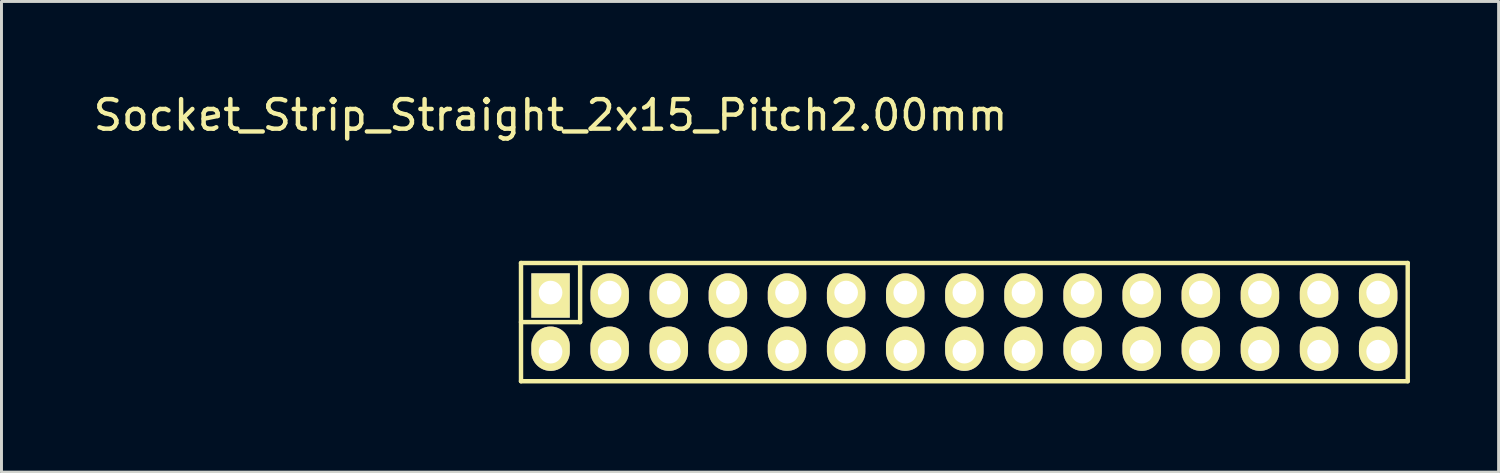
<source format=kicad_pcb>
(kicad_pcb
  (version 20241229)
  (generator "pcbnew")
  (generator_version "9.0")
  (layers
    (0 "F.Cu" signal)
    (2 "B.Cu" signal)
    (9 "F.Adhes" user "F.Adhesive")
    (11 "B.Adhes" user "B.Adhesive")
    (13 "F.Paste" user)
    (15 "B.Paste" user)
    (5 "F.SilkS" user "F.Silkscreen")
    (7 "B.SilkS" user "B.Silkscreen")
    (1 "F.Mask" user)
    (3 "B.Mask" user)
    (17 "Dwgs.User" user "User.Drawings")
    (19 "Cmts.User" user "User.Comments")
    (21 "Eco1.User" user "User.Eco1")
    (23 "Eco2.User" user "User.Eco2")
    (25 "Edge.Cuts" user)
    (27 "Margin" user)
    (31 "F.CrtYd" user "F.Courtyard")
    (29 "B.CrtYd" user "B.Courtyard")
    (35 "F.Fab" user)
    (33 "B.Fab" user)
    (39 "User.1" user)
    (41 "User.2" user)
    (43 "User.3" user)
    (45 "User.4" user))
  (footprint "Socket_Strip_Straight_2x15_Pitch2.00mm"
    (layer "F.Cu")
    (at 15.577 6.848)
    (property "Reference" "Socket_Strip_Straight_2x15_Pitch2.00mm" (at 0 -6 0) (layer "F.SilkS") (effects (font (size 1 1) (thickness 0.15))))
    (attr through_hole)
    (fp_line (start -1 -1) (end -1 3) (stroke (width 0.15) (type solid)) (layer "F.SilkS"))
    (fp_line (start -1 1) (end 1 1) (stroke (width 0.15) (type solid)) (layer "F.SilkS"))
    (fp_line (start -1 3) (end 29 3) (stroke (width 0.15) (type solid)) (layer "F.SilkS"))
    (fp_line (start 1 1) (end 1 -1) (stroke (width 0.15) (type solid)) (layer "F.SilkS"))
    (fp_line (start 29 -1) (end -1 -1) (stroke (width 0.15) (type solid)) (layer "F.SilkS"))
    (fp_line (start 29 3) (end 29 -1) (stroke (width 0.15) (type solid)) (layer "F.SilkS"))
    (pad "1" thru_hole rect (at 0 0) (size 1.3 1.5) (drill 0.8 (offset 0 0.1)) (layers "*.Cu" "*.Mask" "F.SilkS"))
    (pad "2" thru_hole oval (at 0 2) (size 1.3 1.5) (drill 0.8 (offset 0 -0.1)) (layers "*.Cu" "*.Mask" "F.SilkS"))
    (pad "3" thru_hole oval (at 2 0) (size 1.3 1.5) (drill 0.8 (offset 0 0.1)) (layers "*.Cu" "*.Mask" "F.SilkS"))
    (pad "4" thru_hole oval (at 2 2) (size 1.3 1.5) (drill 0.8 (offset 0 -0.1)) (layers "*.Cu" "*.Mask" "F.SilkS"))
    (pad "5" thru_hole oval (at 4 0) (size 1.3 1.5) (drill 0.8 (offset 0 0.1)) (layers "*.Cu" "*.Mask" "F.SilkS"))
    (pad "6" thru_hole oval (at 4 2) (size 1.3 1.5) (drill 0.8 (offset 0 -0.1)) (layers "*.Cu" "*.Mask" "F.SilkS"))
    (pad "7" thru_hole oval (at 6 0) (size 1.3 1.5) (drill 0.8 (offset 0 0.1)) (layers "*.Cu" "*.Mask" "F.SilkS"))
    (pad "8" thru_hole oval (at 6 2) (size 1.3 1.5) (drill 0.8 (offset 0 -0.1)) (layers "*.Cu" "*.Mask" "F.SilkS"))
    (pad "9" thru_hole oval (at 8 0) (size 1.3 1.5) (drill 0.8 (offset 0 0.1)) (layers "*.Cu" "*.Mask" "F.SilkS"))
    (pad "10" thru_hole oval (at 8 2) (size 1.3 1.5) (drill 0.8 (offset 0 -0.1)) (layers "*.Cu" "*.Mask" "F.SilkS"))
    (pad "11" thru_hole oval (at 10 0) (size 1.3 1.5) (drill 0.8 (offset 0 0.1)) (layers "*.Cu" "*.Mask" "F.SilkS"))
    (pad "12" thru_hole oval (at 10 2) (size 1.3 1.5) (drill 0.8 (offset 0 -0.1)) (layers "*.Cu" "*.Mask" "F.SilkS"))
    (pad "13" thru_hole oval (at 12 0) (size 1.3 1.5) (drill 0.8 (offset 0 0.1)) (layers "*.Cu" "*.Mask" "F.SilkS"))
    (pad "14" thru_hole oval (at 12 2) (size 1.3 1.5) (drill 0.8 (offset 0 -0.1)) (layers "*.Cu" "*.Mask" "F.SilkS"))
    (pad "15" thru_hole oval (at 14 0) (size 1.3 1.5) (drill 0.8 (offset 0 0.1)) (layers "*.Cu" "*.Mask" "F.SilkS"))
    (pad "16" thru_hole oval (at 14 2) (size 1.3 1.5) (drill 0.8 (offset 0 -0.1)) (layers "*.Cu" "*.Mask" "F.SilkS"))
    (pad "17" thru_hole oval (at 16 0) (size 1.3 1.5) (drill 0.8 (offset 0 0.1)) (layers "*.Cu" "*.Mask" "F.SilkS"))
    (pad "18" thru_hole oval (at 16 2) (size 1.3 1.5) (drill 0.8 (offset 0 -0.1)) (layers "*.Cu" "*.Mask" "F.SilkS"))
    (pad "19" thru_hole oval (at 18 0) (size 1.3 1.5) (drill 0.8 (offset 0 0.1)) (layers "*.Cu" "*.Mask" "F.SilkS"))
    (pad "20" thru_hole oval (at 18 2) (size 1.3 1.5) (drill 0.8 (offset 0 -0.1)) (layers "*.Cu" "*.Mask" "F.SilkS"))
    (pad "21" thru_hole oval (at 20 0) (size 1.3 1.5) (drill 0.8 (offset 0 0.1)) (layers "*.Cu" "*.Mask" "F.SilkS"))
    (pad "22" thru_hole oval (at 20 2) (size 1.3 1.5) (drill 0.8 (offset 0 -0.1)) (layers "*.Cu" "*.Mask" "F.SilkS"))
    (pad "23" thru_hole oval (at 22 0) (size 1.3 1.5) (drill 0.8 (offset 0 0.1)) (layers "*.Cu" "*.Mask" "F.SilkS"))
    (pad "24" thru_hole oval (at 22 2) (size 1.3 1.5) (drill 0.8 (offset 0 -0.1)) (layers "*.Cu" "*.Mask" "F.SilkS"))
    (pad "25" thru_hole oval (at 24 0) (size 1.3 1.5) (drill 0.8 (offset 0 0.1)) (layers "*.Cu" "*.Mask" "F.SilkS"))
    (pad "26" thru_hole oval (at 24 2) (size 1.3 1.5) (drill 0.8 (offset 0 -0.1)) (layers "*.Cu" "*.Mask" "F.SilkS"))
    (pad "27" thru_hole oval (at 26 0) (size 1.3 1.5) (drill 0.8 (offset 0 0.1)) (layers "*.Cu" "*.Mask" "F.SilkS"))
    (pad "28" thru_hole oval (at 26 2) (size 1.3 1.5) (drill 0.8 (offset 0 -0.1)) (layers "*.Cu" "*.Mask" "F.SilkS"))
    (pad "29" thru_hole oval (at 28 0) (size 1.3 1.5) (drill 0.8 (offset 0 0.1)) (layers "*.Cu" "*.Mask" "F.SilkS"))
    (pad "30" thru_hole oval (at 28 2) (size 1.3 1.5) (drill 0.8 (offset 0 -0.1)) (layers "*.Cu" "*.Mask" "F.SilkS")))
  (gr_rect
    (start -3 -3)
    (end 47.652 12.923)
    (stroke (width 0.1) (type default))
    (fill no)
    (layer "Edge.Cuts")))
</source>
